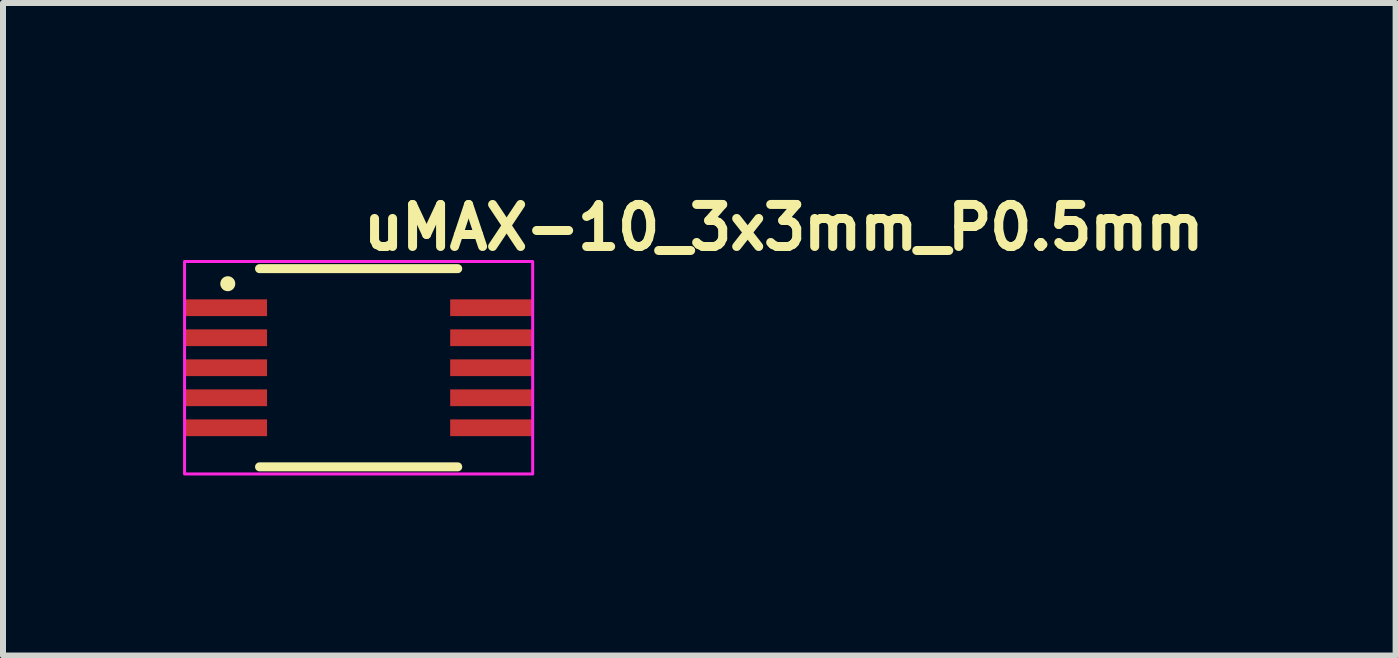
<source format=kicad_pcb>
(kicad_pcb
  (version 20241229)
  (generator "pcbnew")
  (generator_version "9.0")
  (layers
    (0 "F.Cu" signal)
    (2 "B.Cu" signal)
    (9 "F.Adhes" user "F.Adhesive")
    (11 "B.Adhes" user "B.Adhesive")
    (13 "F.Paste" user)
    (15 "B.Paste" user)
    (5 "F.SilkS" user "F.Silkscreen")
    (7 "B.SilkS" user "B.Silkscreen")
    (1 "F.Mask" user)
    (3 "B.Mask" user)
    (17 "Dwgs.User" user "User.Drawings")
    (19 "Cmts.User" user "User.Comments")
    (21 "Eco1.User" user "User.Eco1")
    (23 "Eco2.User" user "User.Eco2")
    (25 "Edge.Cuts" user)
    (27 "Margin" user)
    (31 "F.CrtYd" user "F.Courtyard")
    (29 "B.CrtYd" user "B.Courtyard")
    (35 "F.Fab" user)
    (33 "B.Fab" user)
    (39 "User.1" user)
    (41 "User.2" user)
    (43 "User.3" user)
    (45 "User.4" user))
  (footprint "uMAX-10_3x3mm_P0.5mm"
    (layer "F.Cu")
    (at 2.925 3.077)
    (property "Reference" "uMAX-10_3x3mm_P0.5mm" (at 0 -1.927 0) (unlocked yes) (layer "F.SilkS") (effects (font (size 0.7 0.7) (thickness 0.15)) (justify left bottom)))
    (attr smd)
    (fp_line (start -1.651 -1.651) (end 1.651 -1.651) (stroke (width 0.15) (type solid)) (layer "F.SilkS"))
    (fp_line (start -1.651 1.651) (end 1.651 1.651) (stroke (width 0.15) (type solid)) (layer "F.SilkS"))
    (fp_circle (center -2.18 -1.4) (end -2.13 -1.4) (stroke (width 0.15) (type solid)) (fill yes) (layer "F.SilkS"))
    (fp_rect (start -2.9 -1.77) (end 2.9 1.77) (stroke (width 0.05) (type solid)) (fill no) (layer "F.CrtYd"))
    (fp_rect (start -2.527 -1.524) (end 2.527 1.524) (stroke (width 0.1) (type solid)) (fill no) (layer "User.5"))
    (fp_line (start -2.527 -1.14) (end -2.149 -1.14) (stroke (width 0.02) (type solid)) (layer "User.9"))
    (fp_line (start -2.527 -0.86) (end -2.527 -1.14) (stroke (width 0.02) (type solid)) (layer "User.9"))
    (fp_line (start -2.527 -0.64) (end -2.149 -0.64) (stroke (width 0.02) (type solid)) (layer "User.9"))
    (fp_line (start -2.527 -0.36) (end -2.527 -0.64) (stroke (width 0.02) (type solid)) (layer "User.9"))
    (fp_line (start -2.527 -0.14) (end -2.149 -0.14) (stroke (width 0.02) (type solid)) (layer "User.9"))
    (fp_line (start -2.527 0.14) (end -2.527 -0.14) (stroke (width 0.02) (type solid)) (layer "User.9"))
    (fp_line (start -2.527 0.36) (end -2.149 0.36) (stroke (width 0.02) (type solid)) (layer "User.9"))
    (fp_line (start -2.527 0.64) (end -2.527 0.36) (stroke (width 0.02) (type solid)) (layer "User.9"))
    (fp_line (start -2.527 0.86) (end -2.149 0.86) (stroke (width 0.02) (type solid)) (layer "User.9"))
    (fp_line (start -2.527 1.14) (end -2.527 0.86) (stroke (width 0.02) (type solid)) (layer "User.9"))
    (fp_line (start -2.149 -1.14) (end -2.072 -1.14) (stroke (width 0.02) (type solid)) (layer "User.9"))
    (fp_line (start -2.149 -0.86) (end -2.527 -0.86) (stroke (width 0.02) (type solid)) (layer "User.9"))
    (fp_line (start -2.149 -0.64) (end -2.072 -0.64) (stroke (width 0.02) (type solid)) (layer "User.9"))
    (fp_line (start -2.149 -0.36) (end -2.527 -0.36) (stroke (width 0.02) (type solid)) (layer "User.9"))
    (fp_line (start -2.149 -0.14) (end -2.072 -0.14) (stroke (width 0.02) (type solid)) (layer "User.9"))
    (fp_line (start -2.149 0.14) (end -2.527 0.14) (stroke (width 0.02) (type solid)) (layer "User.9"))
    (fp_line (start -2.149 0.36) (end -2.072 0.36) (stroke (width 0.02) (type solid)) (layer "User.9"))
    (fp_line (start -2.149 0.64) (end -2.527 0.64) (stroke (width 0.02) (type solid)) (layer "User.9"))
    (fp_line (start -2.149 0.86) (end -2.072 0.86) (stroke (width 0.02) (type solid)) (layer "User.9"))
    (fp_line (start -2.149 1.14) (end -2.527 1.14) (stroke (width 0.02) (type solid)) (layer "User.9"))
    (fp_line (start -2.072 -1.14) (end -2.055 -1.14) (stroke (width 0.02) (type solid)) (layer "User.9"))
    (fp_line (start -2.072 -0.86) (end -2.149 -0.86) (stroke (width 0.02) (type solid)) (layer "User.9"))
    (fp_line (start -2.072 -0.64) (end -2.055 -0.64) (stroke (width 0.02) (type solid)) (layer "User.9"))
    (fp_line (start -2.072 -0.36) (end -2.149 -0.36) (stroke (width 0.02) (type solid)) (layer "User.9"))
    (fp_line (start -2.072 -0.14) (end -2.055 -0.14) (stroke (width 0.02) (type solid)) (layer "User.9"))
    (fp_line (start -2.072 0.14) (end -2.149 0.14) (stroke (width 0.02) (type solid)) (layer "User.9"))
    (fp_line (start -2.072 0.36) (end -2.055 0.36) (stroke (width 0.02) (type solid)) (layer "User.9"))
    (fp_line (start -2.072 0.64) (end -2.149 0.64) (stroke (width 0.02) (type solid)) (layer "User.9"))
    (fp_line (start -2.072 0.86) (end -2.055 0.86) (stroke (width 0.02) (type solid)) (layer "User.9"))
    (fp_line (start -2.072 1.14) (end -2.149 1.14) (stroke (width 0.02) (type solid)) (layer "User.9"))
    (fp_line (start -2.056 -0.86) (end -2.073 -0.86) (stroke (width 0.02) (type solid)) (layer "User.9"))
    (fp_line (start -2.056 -0.36) (end -2.073 -0.36) (stroke (width 0.02) (type solid)) (layer "User.9"))
    (fp_line (start -2.056 0.14) (end -2.073 0.14) (stroke (width 0.02) (type solid)) (layer "User.9"))
    (fp_line (start -2.056 0.64) (end -2.073 0.64) (stroke (width 0.02) (type solid)) (layer "User.9"))
    (fp_line (start -2.056 1.14) (end -2.073 1.14) (stroke (width 0.02) (type solid)) (layer "User.9"))
    (fp_line (start -2.055 -1.14) (end -1.902 -1.14) (stroke (width 0.02) (type solid)) (layer "User.9"))
    (fp_line (start -2.055 -0.64) (end -1.902 -0.64) (stroke (width 0.02) (type solid)) (layer "User.9"))
    (fp_line (start -2.055 -0.14) (end -1.902 -0.14) (stroke (width 0.02) (type solid)) (layer "User.9"))
    (fp_line (start -2.055 0.36) (end -1.902 0.36) (stroke (width 0.02) (type solid)) (layer "User.9"))
    (fp_line (start -2.055 0.86) (end -1.902 0.86) (stroke (width 0.02) (type solid)) (layer "User.9"))
    (fp_line (start -1.902 -1.14) (end -1.524 -1.14) (stroke (width 0.02) (type solid)) (layer "User.9"))
    (fp_line (start -1.902 -0.86) (end -2.055 -0.86) (stroke (width 0.02) (type solid)) (layer "User.9"))
    (fp_line (start -1.902 -0.64) (end -1.524 -0.64) (stroke (width 0.02) (type solid)) (layer "User.9"))
    (fp_line (start -1.902 -0.36) (end -2.055 -0.36) (stroke (width 0.02) (type solid)) (layer "User.9"))
    (fp_line (start -1.902 -0.14) (end -1.524 -0.14) (stroke (width 0.02) (type solid)) (layer "User.9"))
    (fp_line (start -1.902 0.14) (end -2.055 0.14) (stroke (width 0.02) (type solid)) (layer "User.9"))
    (fp_line (start -1.902 0.36) (end -1.524 0.36) (stroke (width 0.02) (type solid)) (layer "User.9"))
    (fp_line (start -1.902 0.64) (end -2.055 0.64) (stroke (width 0.02) (type solid)) (layer "User.9"))
    (fp_line (start -1.902 0.86) (end -1.524 0.86) (stroke (width 0.02) (type solid)) (layer "User.9"))
    (fp_line (start -1.902 1.14) (end -2.055 1.14) (stroke (width 0.02) (type solid)) (layer "User.9"))
    (fp_line (start -1.524 -1.524) (end -1.524 1.524) (stroke (width 0.02) (type solid)) (layer "User.9"))
    (fp_line (start -1.524 -0.86) (end -1.902 -0.86) (stroke (width 0.02) (type solid)) (layer "User.9"))
    (fp_line (start -1.524 -0.36) (end -1.902 -0.36) (stroke (width 0.02) (type solid)) (layer "User.9"))
    (fp_line (start -1.524 0.14) (end -1.902 0.14) (stroke (width 0.02) (type solid)) (layer "User.9"))
    (fp_line (start -1.524 0.64) (end -1.902 0.64) (stroke (width 0.02) (type solid)) (layer "User.9"))
    (fp_line (start -1.524 1.14) (end -1.902 1.14) (stroke (width 0.02) (type solid)) (layer "User.9"))
    (fp_line (start -1.524 1.524) (end 1.524 1.524) (stroke (width 0.02) (type solid)) (layer "User.9"))
    (fp_line (start -1.118 -1.008) (end -1.118 -1.004) (stroke (width 0.02) (type solid)) (layer "User.9"))
    (fp_line (start -1.118 -1.004) (end -1.118 -1) (stroke (width 0.02) (type solid)) (layer "User.9"))
    (fp_line (start -1.118 -1) (end -1.118 -1) (stroke (width 0.02) (type solid)) (layer "User.9"))
    (fp_line (start -1.118 -1) (end -1.118 -0.996) (stroke (width 0.02) (type solid)) (layer "User.9"))
    (fp_line (start -1.118 -0.996) (end -1.118 -0.992) (stroke (width 0.02) (type solid)) (layer "User.9"))
    (fp_line (start -1.118 -0.992) (end -1.117 -0.988) (stroke (width 0.02) (type solid)) (layer "User.9"))
    (fp_line (start -1.117 -1.015) (end -1.117 -1.012) (stroke (width 0.02) (type solid)) (layer "User.9"))
    (fp_line (start -1.117 -1.012) (end -1.118 -1.008) (stroke (width 0.02) (type solid)) (layer "User.9"))
    (fp_line (start -1.117 -0.988) (end -1.117 -0.985) (stroke (width 0.02) (type solid)) (layer "User.9"))
    (fp_line (start -1.117 -0.985) (end -1.116 -0.981) (stroke (width 0.02) (type solid)) (layer "User.9"))
    (fp_line (start -1.116 -1.019) (end -1.117 -1.015) (stroke (width 0.02) (type solid)) (layer "User.9"))
    (fp_line (start -1.116 -0.981) (end -1.115 -0.977) (stroke (width 0.02) (type solid)) (layer "User.9"))
    (fp_line (start -1.115 -1.023) (end -1.116 -1.019) (stroke (width 0.02) (type solid)) (layer "User.9"))
    (fp_line (start -1.115 -0.977) (end -1.114 -0.974) (stroke (width 0.02) (type solid)) (layer "User.9"))
    (fp_line (start -1.114 -1.026) (end -1.115 -1.023) (stroke (width 0.02) (type solid)) (layer "User.9"))
    (fp_line (start -1.114 -0.974) (end -1.112 -0.97) (stroke (width 0.02) (type solid)) (layer "User.9"))
    (fp_line (start -1.112 -1.03) (end -1.114 -1.026) (stroke (width 0.02) (type solid)) (layer "User.9"))
    (fp_line (start -1.112 -0.97) (end -1.111 -0.967) (stroke (width 0.02) (type solid)) (layer "User.9"))
    (fp_line (start -1.111 -1.033) (end -1.112 -1.03) (stroke (width 0.02) (type solid)) (layer "User.9"))
    (fp_line (start -1.111 -0.967) (end -1.109 -0.964) (stroke (width 0.02) (type solid)) (layer "User.9"))
    (fp_line (start -1.109 -1.036) (end -1.111 -1.033) (stroke (width 0.02) (type solid)) (layer "User.9"))
    (fp_line (start -1.109 -0.964) (end -1.107 -0.96) (stroke (width 0.02) (type solid)) (layer "User.9"))
    (fp_line (start -1.107 -1.04) (end -1.109 -1.036) (stroke (width 0.02) (type solid)) (layer "User.9"))
    (fp_line (start -1.107 -0.96) (end -1.105 -0.957) (stroke (width 0.02) (type solid)) (layer "User.9"))
    (fp_line (start -1.105 -1.043) (end -1.107 -1.04) (stroke (width 0.02) (type solid)) (layer "User.9"))
    (fp_line (start -1.105 -0.957) (end -1.103 -0.954) (stroke (width 0.02) (type solid)) (layer "User.9"))
    (fp_line (start -1.103 -1.046) (end -1.105 -1.043) (stroke (width 0.02) (type solid)) (layer "User.9"))
    (fp_line (start -1.103 -0.954) (end -1.101 -0.952) (stroke (width 0.02) (type solid)) (layer "User.9"))
    (fp_line (start -1.101 -1.048) (end -1.103 -1.046) (stroke (width 0.02) (type solid)) (layer "User.9"))
    (fp_line (start -1.101 -0.952) (end -1.098 -0.949) (stroke (width 0.02) (type solid)) (layer "User.9"))
    (fp_line (start -1.098 -1.051) (end -1.101 -1.048) (stroke (width 0.02) (type solid)) (layer "User.9"))
    (fp_line (start -1.098 -0.949) (end -1.096 -0.946) (stroke (width 0.02) (type solid)) (layer "User.9"))
    (fp_line (start -1.096 -1.054) (end -1.098 -1.051) (stroke (width 0.02) (type solid)) (layer "User.9"))
    (fp_line (start -1.096 -0.946) (end -1.093 -0.944) (stroke (width 0.02) (type solid)) (layer "User.9"))
    (fp_line (start -1.093 -1.056) (end -1.096 -1.054) (stroke (width 0.02) (type solid)) (layer "User.9"))
    (fp_line (start -1.093 -0.944) (end -1.09 -0.941) (stroke (width 0.02) (type solid)) (layer "User.9"))
    (fp_line (start -1.09 -1.059) (end -1.093 -1.056) (stroke (width 0.02) (type solid)) (layer "User.9"))
    (fp_line (start -1.09 -0.941) (end -1.088 -0.939) (stroke (width 0.02) (type solid)) (layer "User.9"))
    (fp_line (start -1.088 -1.061) (end -1.09 -1.059) (stroke (width 0.02) (type solid)) (layer "User.9"))
    (fp_line (start -1.088 -0.939) (end -1.085 -0.937) (stroke (width 0.02) (type solid)) (layer "User.9"))
    (fp_line (start -1.085 -1.063) (end -1.088 -1.061) (stroke (width 0.02) (type solid)) (layer "User.9"))
    (fp_line (start -1.085 -0.937) (end -1.082 -0.935) (stroke (width 0.02) (type solid)) (layer "User.9"))
    (fp_line (start -1.082 -1.065) (end -1.085 -1.063) (stroke (width 0.02) (type solid)) (layer "User.9"))
    (fp_line (start -1.082 -0.935) (end -1.078 -0.933) (stroke (width 0.02) (type solid)) (layer "User.9"))
    (fp_line (start -1.078 -1.067) (end -1.082 -1.065) (stroke (width 0.02) (type solid)) (layer "User.9"))
    (fp_line (start -1.078 -0.933) (end -1.075 -0.931) (stroke (width 0.02) (type solid)) (layer "User.9"))
    (fp_line (start -1.075 -1.069) (end -1.078 -1.067) (stroke (width 0.02) (type solid)) (layer "User.9"))
    (fp_line (start -1.075 -0.931) (end -1.072 -0.93) (stroke (width 0.02) (type solid)) (layer "User.9"))
    (fp_line (start -1.072 -1.07) (end -1.075 -1.069) (stroke (width 0.02) (type solid)) (layer "User.9"))
    (fp_line (start -1.072 -0.93) (end -1.068 -0.928) (stroke (width 0.02) (type solid)) (layer "User.9"))
    (fp_line (start -1.068 -1.072) (end -1.072 -1.07) (stroke (width 0.02) (type solid)) (layer "User.9"))
    (fp_line (start -1.068 -0.928) (end -1.065 -0.927) (stroke (width 0.02) (type solid)) (layer "User.9"))
    (fp_line (start -1.065 -1.073) (end -1.068 -1.072) (stroke (width 0.02) (type solid)) (layer "User.9"))
    (fp_line (start -1.065 -0.927) (end -1.061 -0.926) (stroke (width 0.02) (type solid)) (layer "User.9"))
    (fp_line (start -1.061 -1.074) (end -1.065 -1.073) (stroke (width 0.02) (type solid)) (layer "User.9"))
    (fp_line (start -1.061 -0.926) (end -1.057 -0.925) (stroke (width 0.02) (type solid)) (layer "User.9"))
    (fp_line (start -1.057 -1.075) (end -1.061 -1.074) (stroke (width 0.02) (type solid)) (layer "User.9"))
    (fp_line (start -1.057 -0.925) (end -1.054 -0.925) (stroke (width 0.02) (type solid)) (layer "User.9"))
    (fp_line (start -1.054 -1.075) (end -1.057 -1.075) (stroke (width 0.02) (type solid)) (layer "User.9"))
    (fp_line (start -1.054 -0.925) (end -1.05 -0.924) (stroke (width 0.02) (type solid)) (layer "User.9"))
    (fp_line (start -1.05 -1.076) (end -1.054 -1.075) (stroke (width 0.02) (type solid)) (layer "User.9"))
    (fp_line (start -1.05 -0.924) (end -1.046 -0.924) (stroke (width 0.02) (type solid)) (layer "User.9"))
    (fp_line (start -1.046 -1.076) (end -1.05 -1.076) (stroke (width 0.02) (type solid)) (layer "User.9"))
    (fp_line (start -1.046 -0.924) (end -1.042 -0.924) (stroke (width 0.02) (type solid)) (layer "User.9"))
    (fp_line (start -1.042 -1.076) (end -1.046 -1.076) (stroke (width 0.02) (type solid)) (layer "User.9"))
    (fp_line (start -1.042 -1.076) (end -1.042 -1.076) (stroke (width 0.02) (type solid)) (layer "User.9"))
    (fp_line (start -1.042 -0.924) (end -1.042 -0.924) (stroke (width 0.02) (type solid)) (layer "User.9"))
    (fp_line (start -1.042 -0.924) (end -1.038 -0.924) (stroke (width 0.02) (type solid)) (layer "User.9"))
    (fp_line (start -1.038 -1.076) (end -1.042 -1.076) (stroke (width 0.02) (type solid)) (layer "User.9"))
    (fp_line (start -1.038 -0.924) (end -1.034 -0.924) (stroke (width 0.02) (type solid)) (layer "User.9"))
    (fp_line (start -1.034 -1.076) (end -1.038 -1.076) (stroke (width 0.02) (type solid)) (layer "User.9"))
    (fp_line (start -1.034 -0.924) (end -1.03 -0.925) (stroke (width 0.02) (type solid)) (layer "User.9"))
    (fp_line (start -1.03 -1.075) (end -1.034 -1.076) (stroke (width 0.02) (type solid)) (layer "User.9"))
    (fp_line (start -1.03 -0.925) (end -1.027 -0.925) (stroke (width 0.02) (type solid)) (layer "User.9"))
    (fp_line (start -1.027 -1.075) (end -1.03 -1.075) (stroke (width 0.02) (type solid)) (layer "User.9"))
    (fp_line (start -1.027 -0.925) (end -1.023 -0.926) (stroke (width 0.02) (type solid)) (layer "User.9"))
    (fp_line (start -1.023 -1.074) (end -1.027 -1.075) (stroke (width 0.02) (type solid)) (layer "User.9"))
    (fp_line (start -1.023 -0.926) (end -1.019 -0.927) (stroke (width 0.02) (type solid)) (layer "User.9"))
    (fp_line (start -1.019 -1.073) (end -1.023 -1.074) (stroke (width 0.02) (type solid)) (layer "User.9"))
    (fp_line (start -1.019 -0.927) (end -1.016 -0.928) (stroke (width 0.02) (type solid)) (layer "User.9"))
    (fp_line (start -1.016 -1.072) (end -1.019 -1.073) (stroke (width 0.02) (type solid)) (layer "User.9"))
    (fp_line (start -1.016 -0.928) (end -1.012 -0.93) (stroke (width 0.02) (type solid)) (layer "User.9"))
    (fp_line (start -1.012 -1.07) (end -1.016 -1.072) (stroke (width 0.02) (type solid)) (layer "User.9"))
    (fp_line (start -1.012 -0.93) (end -1.009 -0.931) (stroke (width 0.02) (type solid)) (layer "User.9"))
    (fp_line (start -1.009 -1.069) (end -1.012 -1.07) (stroke (width 0.02) (type solid)) (layer "User.9"))
    (fp_line (start -1.009 -0.931) (end -1.006 -0.933) (stroke (width 0.02) (type solid)) (layer "User.9"))
    (fp_line (start -1.006 -1.067) (end -1.009 -1.069) (stroke (width 0.02) (type solid)) (layer "User.9"))
    (fp_line (start -1.006 -0.933) (end -1.002 -0.935) (stroke (width 0.02) (type solid)) (layer "User.9"))
    (fp_line (start -1.002 -1.065) (end -1.006 -1.067) (stroke (width 0.02) (type solid)) (layer "User.9"))
    (fp_line (start -1.002 -0.935) (end -0.999 -0.937) (stroke (width 0.02) (type solid)) (layer "User.9"))
    (fp_line (start -0.999 -1.063) (end -1.002 -1.065) (stroke (width 0.02) (type solid)) (layer "User.9"))
    (fp_line (start -0.999 -0.937) (end -0.996 -0.939) (stroke (width 0.02) (type solid)) (layer "User.9"))
    (fp_line (start -0.996 -1.061) (end -0.999 -1.063) (stroke (width 0.02) (type solid)) (layer "User.9"))
    (fp_line (start -0.996 -0.939) (end -0.994 -0.941) (stroke (width 0.02) (type solid)) (layer "User.9"))
    (fp_line (start -0.994 -1.059) (end -0.996 -1.061) (stroke (width 0.02) (type solid)) (layer "User.9"))
    (fp_line (start -0.994 -0.941) (end -0.991 -0.944) (stroke (width 0.02) (type solid)) (layer "User.9"))
    (fp_line (start -0.991 -1.056) (end -0.994 -1.059) (stroke (width 0.02) (type solid)) (layer "User.9"))
    (fp_line (start -0.991 -0.944) (end -0.988 -0.946) (stroke (width 0.02) (type solid)) (layer "User.9"))
    (fp_line (start -0.988 -1.054) (end -0.991 -1.056) (stroke (width 0.02) (type solid)) (layer "User.9"))
    (fp_line (start -0.988 -0.946) (end -0.986 -0.949) (stroke (width 0.02) (type solid)) (layer "User.9"))
    (fp_line (start -0.986 -1.051) (end -0.988 -1.054) (stroke (width 0.02) (type solid)) (layer "User.9"))
    (fp_line (start -0.986 -0.949) (end -0.983 -0.952) (stroke (width 0.02) (type solid)) (layer "User.9"))
    (fp_line (start -0.983 -1.048) (end -0.986 -1.051) (stroke (width 0.02) (type solid)) (layer "User.9"))
    (fp_line (start -0.983 -0.952) (end -0.981 -0.954) (stroke (width 0.02) (type solid)) (layer "User.9"))
    (fp_line (start -0.981 -1.046) (end -0.983 -1.048) (stroke (width 0.02) (type solid)) (layer "User.9"))
    (fp_line (start -0.981 -0.954) (end -0.979 -0.957) (stroke (width 0.02) (type solid)) (layer "User.9"))
    (fp_line (start -0.979 -1.043) (end -0.981 -1.046) (stroke (width 0.02) (type solid)) (layer "User.9"))
    (fp_line (start -0.979 -0.957) (end -0.977 -0.96) (stroke (width 0.02) (type solid)) (layer "User.9"))
    (fp_line (start -0.977 -1.04) (end -0.979 -1.043) (stroke (width 0.02) (type solid)) (layer "User.9"))
    (fp_line (start -0.977 -0.96) (end -0.975 -0.964) (stroke (width 0.02) (type solid)) (layer "User.9"))
    (fp_line (start -0.975 -1.036) (end -0.977 -1.04) (stroke (width 0.02) (type solid)) (layer "User.9"))
    (fp_line (start -0.975 -0.964) (end -0.973 -0.967) (stroke (width 0.02) (type solid)) (layer "User.9"))
    (fp_line (start -0.973 -1.033) (end -0.975 -1.036) (stroke (width 0.02) (type solid)) (layer "User.9"))
    (fp_line (start -0.973 -0.967) (end -0.972 -0.97) (stroke (width 0.02) (type solid)) (layer "User.9"))
    (fp_line (start -0.972 -1.03) (end -0.973 -1.033) (stroke (width 0.02) (type solid)) (layer "User.9"))
    (fp_line (start -0.972 -0.97) (end -0.97 -0.974) (stroke (width 0.02) (type solid)) (layer "User.9"))
    (fp_line (start -0.97 -1.026) (end -0.972 -1.03) (stroke (width 0.02) (type solid)) (layer "User.9"))
    (fp_line (start -0.97 -0.974) (end -0.969 -0.977) (stroke (width 0.02) (type solid)) (layer "User.9"))
    (fp_line (start -0.969 -1.023) (end -0.97 -1.026) (stroke (width 0.02) (type solid)) (layer "User.9"))
    (fp_line (start -0.969 -0.977) (end -0.968 -0.981) (stroke (width 0.02) (type solid)) (layer "User.9"))
    (fp_line (start -0.968 -1.019) (end -0.969 -1.023) (stroke (width 0.02) (type solid)) (layer "User.9"))
    (fp_line (start -0.968 -0.981) (end -0.967 -0.985) (stroke (width 0.02) (type solid)) (layer "User.9"))
    (fp_line (start -0.967 -1.015) (end -0.968 -1.019) (stroke (width 0.02) (type solid)) (layer "User.9"))
    (fp_line (start -0.967 -1.012) (end -0.967 -1.015) (stroke (width 0.02) (type solid)) (layer "User.9"))
    (fp_line (start -0.967 -0.988) (end -0.966 -0.992) (stroke (width 0.02) (type solid)) (layer "User.9"))
    (fp_line (start -0.967 -0.985) (end -0.967 -0.988) (stroke (width 0.02) (type solid)) (layer "User.9"))
    (fp_line (start -0.966 -1.008) (end -0.967 -1.012) (stroke (width 0.02) (type solid)) (layer "User.9"))
    (fp_line (start -0.966 -1.004) (end -0.966 -1.008) (stroke (width 0.02) (type solid)) (layer "User.9"))
    (fp_line (start -0.966 -1) (end -0.966 -1.004) (stroke (width 0.02) (type solid)) (layer "User.9"))
    (fp_line (start -0.966 -1) (end -0.966 -1) (stroke (width 0.02) (type solid)) (layer "User.9"))
    (fp_line (start -0.966 -1) (end -0.966 -1) (stroke (width 0.02) (type solid)) (layer "User.9"))
    (fp_line (start -0.966 -0.996) (end -0.966 -1) (stroke (width 0.02) (type solid)) (layer "User.9"))
    (fp_line (start -0.966 -0.992) (end -0.966 -0.996) (stroke (width 0.02) (type solid)) (layer "User.9"))
    (fp_line (start 1.524 -1.524) (end -1.524 -1.524) (stroke (width 0.02) (type solid)) (layer "User.9"))
    (fp_line (start 1.524 -1.14) (end 1.902 -1.14) (stroke (width 0.02) (type solid)) (layer "User.9"))
    (fp_line (start 1.524 -0.64) (end 1.902 -0.64) (stroke (width 0.02) (type solid)) (layer "User.9"))
    (fp_line (start 1.524 -0.14) (end 1.902 -0.14) (stroke (width 0.02) (type solid)) (layer "User.9"))
    (fp_line (start 1.524 0.36) (end 1.902 0.36) (stroke (width 0.02) (type solid)) (layer "User.9"))
    (fp_line (start 1.524 0.86) (end 1.902 0.86) (stroke (width 0.02) (type solid)) (layer "User.9"))
    (fp_line (start 1.524 1.524) (end 1.524 -1.524) (stroke (width 0.02) (type solid)) (layer "User.9"))
    (fp_line (start 1.902 -1.14) (end 2.055 -1.14) (stroke (width 0.02) (type solid)) (layer "User.9"))
    (fp_line (start 1.902 -0.86) (end 1.524 -0.86) (stroke (width 0.02) (type solid)) (layer "User.9"))
    (fp_line (start 1.902 -0.64) (end 2.055 -0.64) (stroke (width 0.02) (type solid)) (layer "User.9"))
    (fp_line (start 1.902 -0.36) (end 1.524 -0.36) (stroke (width 0.02) (type solid)) (layer "User.9"))
    (fp_line (start 1.902 -0.14) (end 2.055 -0.14) (stroke (width 0.02) (type solid)) (layer "User.9"))
    (fp_line (start 1.902 0.14) (end 1.524 0.14) (stroke (width 0.02) (type solid)) (layer "User.9"))
    (fp_line (start 1.902 0.36) (end 2.055 0.36) (stroke (width 0.02) (type solid)) (layer "User.9"))
    (fp_line (start 1.902 0.64) (end 1.524 0.64) (stroke (width 0.02) (type solid)) (layer "User.9"))
    (fp_line (start 1.902 0.86) (end 2.055 0.86) (stroke (width 0.02) (type solid)) (layer "User.9"))
    (fp_line (start 1.902 1.14) (end 1.524 1.14) (stroke (width 0.02) (type solid)) (layer "User.9"))
    (fp_line (start 2.055 -0.86) (end 1.902 -0.86) (stroke (width 0.02) (type solid)) (layer "User.9"))
    (fp_line (start 2.055 -0.36) (end 1.902 -0.36) (stroke (width 0.02) (type solid)) (layer "User.9"))
    (fp_line (start 2.055 0.14) (end 1.902 0.14) (stroke (width 0.02) (type solid)) (layer "User.9"))
    (fp_line (start 2.055 0.64) (end 1.902 0.64) (stroke (width 0.02) (type solid)) (layer "User.9"))
    (fp_line (start 2.055 1.14) (end 1.902 1.14) (stroke (width 0.02) (type solid)) (layer "User.9"))
    (fp_line (start 2.056 -1.14) (end 2.073 -1.14) (stroke (width 0.02) (type solid)) (layer "User.9"))
    (fp_line (start 2.056 -0.64) (end 2.073 -0.64) (stroke (width 0.02) (type solid)) (layer "User.9"))
    (fp_line (start 2.056 -0.14) (end 2.073 -0.14) (stroke (width 0.02) (type solid)) (layer "User.9"))
    (fp_line (start 2.056 0.36) (end 2.073 0.36) (stroke (width 0.02) (type solid)) (layer "User.9"))
    (fp_line (start 2.056 0.86) (end 2.073 0.86) (stroke (width 0.02) (type solid)) (layer "User.9"))
    (fp_line (start 2.072 -1.14) (end 2.149 -1.14) (stroke (width 0.02) (type solid)) (layer "User.9"))
    (fp_line (start 2.072 -0.86) (end 2.055 -0.86) (stroke (width 0.02) (type solid)) (layer "User.9"))
    (fp_line (start 2.072 -0.64) (end 2.149 -0.64) (stroke (width 0.02) (type solid)) (layer "User.9"))
    (fp_line (start 2.072 -0.36) (end 2.055 -0.36) (stroke (width 0.02) (type solid)) (layer "User.9"))
    (fp_line (start 2.072 -0.14) (end 2.149 -0.14) (stroke (width 0.02) (type solid)) (layer "User.9"))
    (fp_line (start 2.072 0.14) (end 2.055 0.14) (stroke (width 0.02) (type solid)) (layer "User.9"))
    (fp_line (start 2.072 0.36) (end 2.149 0.36) (stroke (width 0.02) (type solid)) (layer "User.9"))
    (fp_line (start 2.072 0.64) (end 2.055 0.64) (stroke (width 0.02) (type solid)) (layer "User.9"))
    (fp_line (start 2.072 0.86) (end 2.149 0.86) (stroke (width 0.02) (type solid)) (layer "User.9"))
    (fp_line (start 2.072 1.14) (end 2.055 1.14) (stroke (width 0.02) (type solid)) (layer "User.9"))
    (fp_line (start 2.149 -1.14) (end 2.527 -1.14) (stroke (width 0.02) (type solid)) (layer "User.9"))
    (fp_line (start 2.149 -0.86) (end 2.072 -0.86) (stroke (width 0.02) (type solid)) (layer "User.9"))
    (fp_line (start 2.149 -0.64) (end 2.527 -0.64) (stroke (width 0.02) (type solid)) (layer "User.9"))
    (fp_line (start 2.149 -0.36) (end 2.072 -0.36) (stroke (width 0.02) (type solid)) (layer "User.9"))
    (fp_line (start 2.149 -0.14) (end 2.527 -0.14) (stroke (width 0.02) (type solid)) (layer "User.9"))
    (fp_line (start 2.149 0.14) (end 2.072 0.14) (stroke (width 0.02) (type solid)) (layer "User.9"))
    (fp_line (start 2.149 0.36) (end 2.527 0.36) (stroke (width 0.02) (type solid)) (layer "User.9"))
    (fp_line (start 2.149 0.64) (end 2.072 0.64) (stroke (width 0.02) (type solid)) (layer "User.9"))
    (fp_line (start 2.149 0.86) (end 2.527 0.86) (stroke (width 0.02) (type solid)) (layer "User.9"))
    (fp_line (start 2.149 1.14) (end 2.072 1.14) (stroke (width 0.02) (type solid)) (layer "User.9"))
    (fp_line (start 2.527 -1.14) (end 2.527 -0.86) (stroke (width 0.02) (type solid)) (layer "User.9"))
    (fp_line (start 2.527 -0.86) (end 2.149 -0.86) (stroke (width 0.02) (type solid)) (layer "User.9"))
    (fp_line (start 2.527 -0.64) (end 2.527 -0.36) (stroke (width 0.02) (type solid)) (layer "User.9"))
    (fp_line (start 2.527 -0.36) (end 2.149 -0.36) (stroke (width 0.02) (type solid)) (layer "User.9"))
    (fp_line (start 2.527 -0.14) (end 2.527 0.14) (stroke (width 0.02) (type solid)) (layer "User.9"))
    (fp_line (start 2.527 0.14) (end 2.149 0.14) (stroke (width 0.02) (type solid)) (layer "User.9"))
    (fp_line (start 2.527 0.36) (end 2.527 0.64) (stroke (width 0.02) (type solid)) (layer "User.9"))
    (fp_line (start 2.527 0.64) (end 2.149 0.64) (stroke (width 0.02) (type solid)) (layer "User.9"))
    (fp_line (start 2.527 0.86) (end 2.527 1.14) (stroke (width 0.02) (type solid)) (layer "User.9"))
    (fp_line (start 2.527 1.14) (end 2.149 1.14) (stroke (width 0.02) (type solid)) (layer "User.9"))
    (pad "1" smd rect (at -2.205 -1) (size 1.359 0.279) (layers "F.Cu" "F.Mask" "F.Paste"))
    (pad "2" smd rect (at -2.205 -0.5) (size 1.359 0.279) (layers "F.Cu" "F.Mask" "F.Paste"))
    (pad "3" smd rect (at -2.205 0) (size 1.359 0.279) (layers "F.Cu" "F.Mask" "F.Paste"))
    (pad "4" smd rect (at -2.205 0.5) (size 1.359 0.279) (layers "F.Cu" "F.Mask" "F.Paste"))
    (pad "5" smd rect (at -2.205 1) (size 1.359 0.279) (layers "F.Cu" "F.Mask" "F.Paste"))
    (pad "6" smd rect (at 2.205 1) (size 1.359 0.279) (layers "F.Cu" "F.Mask" "F.Paste"))
    (pad "7" smd rect (at 2.205 0.5) (size 1.359 0.279) (layers "F.Cu" "F.Mask" "F.Paste"))
    (pad "8" smd rect (at 2.205 0) (size 1.359 0.279) (layers "F.Cu" "F.Mask" "F.Paste"))
    (pad "9" smd rect (at 2.205 -0.5) (size 1.359 0.279) (layers "F.Cu" "F.Mask" "F.Paste"))
    (pad "10" smd rect (at 2.205 -1) (size 1.359 0.279) (layers "F.Cu" "F.Mask" "F.Paste")))
  (gr_rect
    (start -3 -3)
    (end 20.202 7.872)
    (stroke (width 0.1) (type default))
    (fill no)
    (layer "Edge.Cuts")))
</source>
